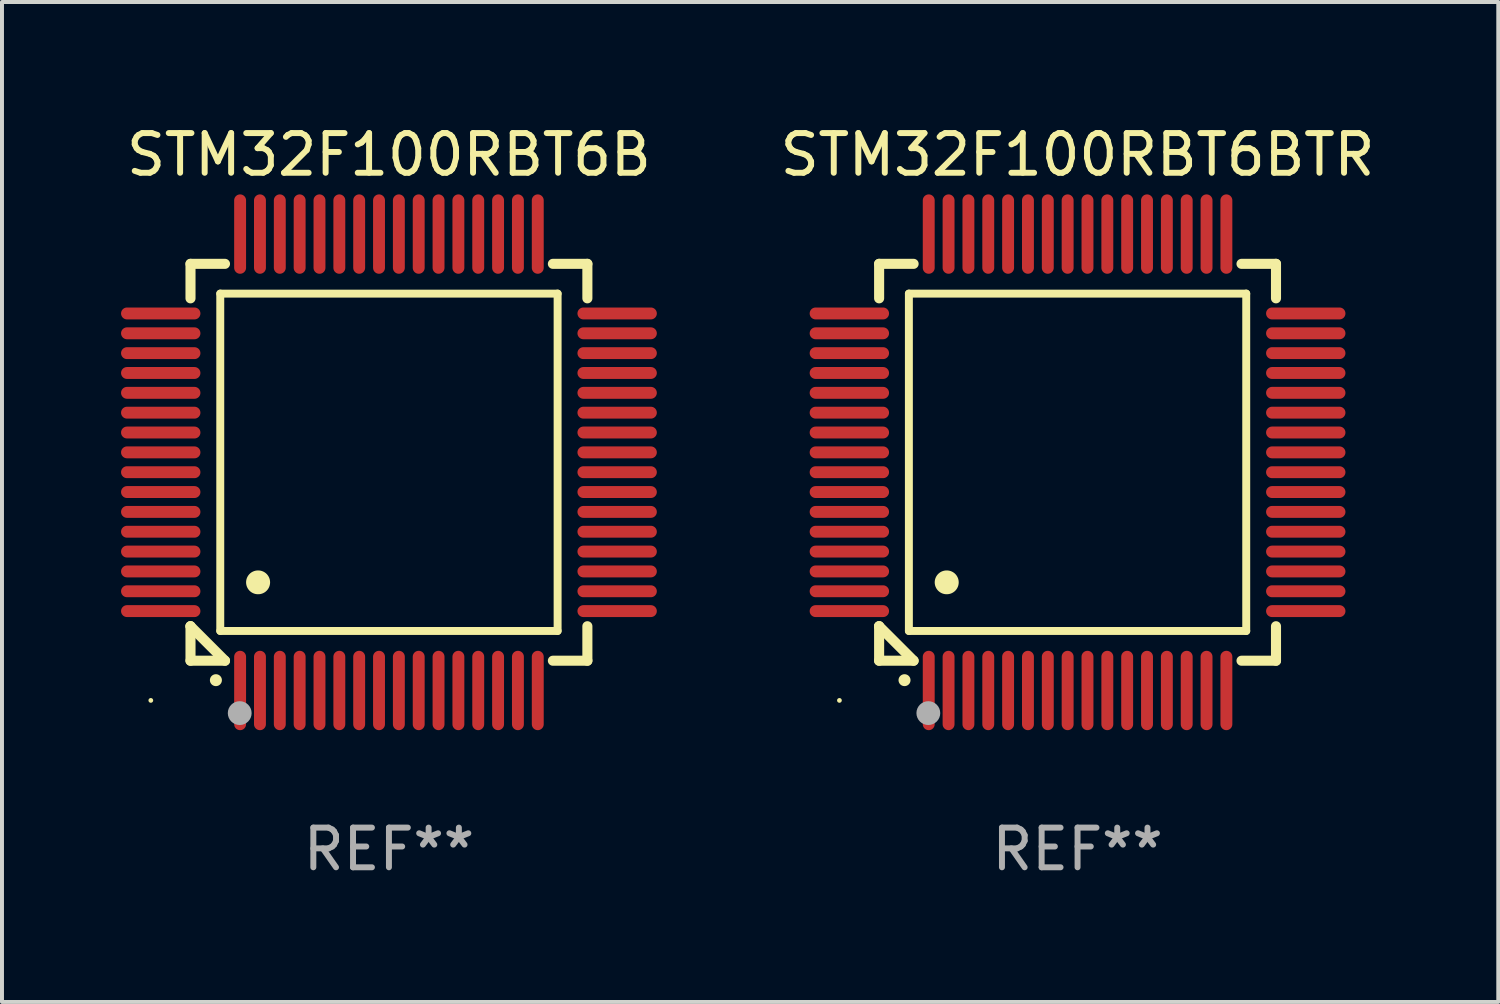
<source format=kicad_pcb>
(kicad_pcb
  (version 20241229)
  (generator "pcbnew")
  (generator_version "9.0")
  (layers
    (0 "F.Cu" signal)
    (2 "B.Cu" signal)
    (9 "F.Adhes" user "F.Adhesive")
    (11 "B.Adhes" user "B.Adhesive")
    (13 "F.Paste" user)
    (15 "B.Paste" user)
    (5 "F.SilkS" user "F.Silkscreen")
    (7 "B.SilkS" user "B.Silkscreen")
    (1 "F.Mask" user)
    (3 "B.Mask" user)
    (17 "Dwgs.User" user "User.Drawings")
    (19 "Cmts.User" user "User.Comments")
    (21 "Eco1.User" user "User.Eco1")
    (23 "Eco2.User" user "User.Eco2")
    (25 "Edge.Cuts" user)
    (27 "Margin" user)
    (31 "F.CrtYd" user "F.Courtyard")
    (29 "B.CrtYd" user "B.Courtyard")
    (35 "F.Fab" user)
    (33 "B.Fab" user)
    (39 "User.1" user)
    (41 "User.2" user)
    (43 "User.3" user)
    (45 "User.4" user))
  (footprint "STM32F100RBT6B"
    (layer "F.Cu")
    (at 6.75 8.598)
    (property "Reference" "STM32F100RBT6B" (at 0 -7.75 0) (layer "F.SilkS") (effects (font (size 1 1) (thickness 0.15))))
    (attr through_hole)
    (fp_line (start -5 -5) (end -4.131 -5) (stroke (width 0.254) (type solid)) (layer "F.SilkS"))
    (fp_line (start -5 -4.131) (end -5 -5) (stroke (width 0.254) (type solid)) (layer "F.SilkS"))
    (fp_line (start -5 4.131) (end -5 4.131) (stroke (width 0.254) (type solid)) (layer "F.SilkS"))
    (fp_line (start -5 5) (end -5 4.131) (stroke (width 0.254) (type solid)) (layer "F.SilkS"))
    (fp_line (start -5 4.131) (end -4.131 5) (stroke (width 0.254) (type solid)) (layer "F.SilkS"))
    (fp_line (start -4.25 -4.25) (end -4.25 4.25) (stroke (width 0.2) (type solid)) (layer "F.SilkS"))
    (fp_line (start -4.25 4.25) (end 4.25 4.25) (stroke (width 0.2) (type solid)) (layer "F.SilkS"))
    (fp_line (start -4.131 5) (end -5 5) (stroke (width 0.254) (type solid)) (layer "F.SilkS"))
    (fp_line (start 4.25 -4.25) (end -4.25 -4.25) (stroke (width 0.2) (type solid)) (layer "F.SilkS"))
    (fp_line (start 4.25 4.25) (end 4.25 -4.25) (stroke (width 0.2) (type solid)) (layer "F.SilkS"))
    (fp_line (start 5 -5) (end 4.131 -5) (stroke (width 0.254) (type solid)) (layer "F.SilkS"))
    (fp_line (start 5 -5) (end 5 -4.131) (stroke (width 0.254) (type solid)) (layer "F.SilkS"))
    (fp_line (start 5 4.131) (end 5 5) (stroke (width 0.254) (type solid)) (layer "F.SilkS"))
    (fp_line (start 5 5) (end 4.131 5) (stroke (width 0.254) (type solid)) (layer "F.SilkS"))
    (fp_arc (start -4.361265 5.489992) (mid -4.359995 5.489987) (end -4.358725 5.489992) (stroke (width 0.3) (type solid)) (layer "F.SilkS"))
    (fp_arc (start -3.299467 3.025146) (mid -3.296927 3.025135) (end -3.294387 3.025146) (stroke (width 0.6) (type solid)) (layer "F.SilkS"))
    (fp_circle (center -6 6) (end -5.97 6) (stroke (width 0.06) (type solid)) (fill no) (layer "F.SilkS"))
    (fp_circle (center -3.76 6.32) (end -3.61 6.32) (stroke (width 0.3) (type solid)) (fill no) (layer "F.Fab"))
    (fp_text user "REF**" (at 0 9.75 0) (layer "F.Fab") (effects (font (size 1 1) (thickness 0.15))))
    (pad "1" smd oval (at -3.75 5.75) (size 0.3 2) (layers "F.Cu" "F.Mask" "F.Paste"))
    (pad "2" smd oval (at -3.25 5.75) (size 0.3 2) (layers "F.Cu" "F.Mask" "F.Paste"))
    (pad "3" smd oval (at -2.75 5.75) (size 0.3 2) (layers "F.Cu" "F.Mask" "F.Paste"))
    (pad "4" smd oval (at -2.25 5.75) (size 0.3 2) (layers "F.Cu" "F.Mask" "F.Paste"))
    (pad "5" smd oval (at -1.75 5.75) (size 0.3 2) (layers "F.Cu" "F.Mask" "F.Paste"))
    (pad "6" smd oval (at -1.25 5.75) (size 0.3 2) (layers "F.Cu" "F.Mask" "F.Paste"))
    (pad "7" smd oval (at -0.75 5.75) (size 0.3 2) (layers "F.Cu" "F.Mask" "F.Paste"))
    (pad "8" smd oval (at -0.25 5.75) (size 0.3 2) (layers "F.Cu" "F.Mask" "F.Paste"))
    (pad "9" smd oval (at 0.25 5.75) (size 0.3 2) (layers "F.Cu" "F.Mask" "F.Paste"))
    (pad "10" smd oval (at 0.75 5.75) (size 0.3 2) (layers "F.Cu" "F.Mask" "F.Paste"))
    (pad "11" smd oval (at 1.25 5.75) (size 0.3 2) (layers "F.Cu" "F.Mask" "F.Paste"))
    (pad "12" smd oval (at 1.75 5.75) (size 0.3 2) (layers "F.Cu" "F.Mask" "F.Paste"))
    (pad "13" smd oval (at 2.25 5.75) (size 0.3 2) (layers "F.Cu" "F.Mask" "F.Paste"))
    (pad "14" smd oval (at 2.75 5.75) (size 0.3 2) (layers "F.Cu" "F.Mask" "F.Paste"))
    (pad "15" smd oval (at 3.25 5.75) (size 0.3 2) (layers "F.Cu" "F.Mask" "F.Paste"))
    (pad "16" smd oval (at 3.75 5.75) (size 0.3 2) (layers "F.Cu" "F.Mask" "F.Paste"))
    (pad "17" smd oval (at 5.75 3.75) (size 2 0.3) (layers "F.Cu" "F.Mask" "F.Paste"))
    (pad "18" smd oval (at 5.75 3.25) (size 2 0.3) (layers "F.Cu" "F.Mask" "F.Paste"))
    (pad "19" smd oval (at 5.75 2.75) (size 2 0.3) (layers "F.Cu" "F.Mask" "F.Paste"))
    (pad "20" smd oval (at 5.75 2.25) (size 2 0.3) (layers "F.Cu" "F.Mask" "F.Paste"))
    (pad "21" smd oval (at 5.75 1.75) (size 2 0.3) (layers "F.Cu" "F.Mask" "F.Paste"))
    (pad "22" smd oval (at 5.75 1.25) (size 2 0.3) (layers "F.Cu" "F.Mask" "F.Paste"))
    (pad "23" smd oval (at 5.75 0.75) (size 2 0.3) (layers "F.Cu" "F.Mask" "F.Paste"))
    (pad "24" smd oval (at 5.75 0.25) (size 2 0.3) (layers "F.Cu" "F.Mask" "F.Paste"))
    (pad "25" smd oval (at 5.75 -0.25) (size 2 0.3) (layers "F.Cu" "F.Mask" "F.Paste"))
    (pad "26" smd oval (at 5.75 -0.75) (size 2 0.3) (layers "F.Cu" "F.Mask" "F.Paste"))
    (pad "27" smd oval (at 5.75 -1.25) (size 2 0.3) (layers "F.Cu" "F.Mask" "F.Paste"))
    (pad "28" smd oval (at 5.75 -1.75) (size 2 0.3) (layers "F.Cu" "F.Mask" "F.Paste"))
    (pad "29" smd oval (at 5.75 -2.25) (size 2 0.3) (layers "F.Cu" "F.Mask" "F.Paste"))
    (pad "30" smd oval (at 5.75 -2.75) (size 2 0.3) (layers "F.Cu" "F.Mask" "F.Paste"))
    (pad "31" smd oval (at 5.75 -3.25) (size 2 0.3) (layers "F.Cu" "F.Mask" "F.Paste"))
    (pad "32" smd oval (at 5.75 -3.75) (size 2 0.3) (layers "F.Cu" "F.Mask" "F.Paste"))
    (pad "33" smd oval (at 3.75 -5.75) (size 0.3 2) (layers "F.Cu" "F.Mask" "F.Paste"))
    (pad "34" smd oval (at 3.25 -5.75) (size 0.3 2) (layers "F.Cu" "F.Mask" "F.Paste"))
    (pad "35" smd oval (at 2.75 -5.75) (size 0.3 2) (layers "F.Cu" "F.Mask" "F.Paste"))
    (pad "36" smd oval (at 2.25 -5.75) (size 0.3 2) (layers "F.Cu" "F.Mask" "F.Paste"))
    (pad "37" smd oval (at 1.75 -5.75) (size 0.3 2) (layers "F.Cu" "F.Mask" "F.Paste"))
    (pad "38" smd oval (at 1.25 -5.75) (size 0.3 2) (layers "F.Cu" "F.Mask" "F.Paste"))
    (pad "39" smd oval (at 0.75 -5.75) (size 0.3 2) (layers "F.Cu" "F.Mask" "F.Paste"))
    (pad "40" smd oval (at 0.25 -5.75) (size 0.3 2) (layers "F.Cu" "F.Mask" "F.Paste"))
    (pad "41" smd oval (at -0.25 -5.75) (size 0.3 2) (layers "F.Cu" "F.Mask" "F.Paste"))
    (pad "42" smd oval (at -0.75 -5.75) (size 0.3 2) (layers "F.Cu" "F.Mask" "F.Paste"))
    (pad "43" smd oval (at -1.25 -5.75) (size 0.3 2) (layers "F.Cu" "F.Mask" "F.Paste"))
    (pad "44" smd oval (at -1.75 -5.75) (size 0.3 2) (layers "F.Cu" "F.Mask" "F.Paste"))
    (pad "45" smd oval (at -2.25 -5.75) (size 0.3 2) (layers "F.Cu" "F.Mask" "F.Paste"))
    (pad "46" smd oval (at -2.75 -5.75) (size 0.3 2) (layers "F.Cu" "F.Mask" "F.Paste"))
    (pad "47" smd oval (at -3.25 -5.75) (size 0.3 2) (layers "F.Cu" "F.Mask" "F.Paste"))
    (pad "48" smd oval (at -3.75 -5.75) (size 0.3 2) (layers "F.Cu" "F.Mask" "F.Paste"))
    (pad "49" smd oval (at -5.75 -3.75) (size 2 0.3) (layers "F.Cu" "F.Mask" "F.Paste"))
    (pad "50" smd oval (at -5.75 -3.25) (size 2 0.3) (layers "F.Cu" "F.Mask" "F.Paste"))
    (pad "51" smd oval (at -5.75 -2.75) (size 2 0.3) (layers "F.Cu" "F.Mask" "F.Paste"))
    (pad "52" smd oval (at -5.75 -2.25) (size 2 0.3) (layers "F.Cu" "F.Mask" "F.Paste"))
    (pad "53" smd oval (at -5.75 -1.75) (size 2 0.3) (layers "F.Cu" "F.Mask" "F.Paste"))
    (pad "54" smd oval (at -5.75 -1.25) (size 2 0.3) (layers "F.Cu" "F.Mask" "F.Paste"))
    (pad "55" smd oval (at -5.75 -0.75) (size 2 0.3) (layers "F.Cu" "F.Mask" "F.Paste"))
    (pad "56" smd oval (at -5.75 -0.25) (size 2 0.3) (layers "F.Cu" "F.Mask" "F.Paste"))
    (pad "57" smd oval (at -5.75 0.25) (size 2 0.3) (layers "F.Cu" "F.Mask" "F.Paste"))
    (pad "58" smd oval (at -5.75 0.75) (size 2 0.3) (layers "F.Cu" "F.Mask" "F.Paste"))
    (pad "59" smd oval (at -5.75 1.25) (size 2 0.3) (layers "F.Cu" "F.Mask" "F.Paste"))
    (pad "60" smd oval (at -5.75 1.75) (size 2 0.3) (layers "F.Cu" "F.Mask" "F.Paste"))
    (pad "61" smd oval (at -5.75 2.25) (size 2 0.3) (layers "F.Cu" "F.Mask" "F.Paste"))
    (pad "62" smd oval (at -5.75 2.75) (size 2 0.3) (layers "F.Cu" "F.Mask" "F.Paste"))
    (pad "63" smd oval (at -5.75 3.25) (size 2 0.3) (layers "F.Cu" "F.Mask" "F.Paste"))
    (pad "64" smd oval (at -5.75 3.75) (size 2 0.3) (layers "F.Cu" "F.Mask" "F.Paste")))
  (footprint "STM32F100RBT6BTR"
    (layer "F.Cu")
    (at 24.101 8.598)
    (property "Reference" "STM32F100RBT6BTR" (at 0 -7.75 0) (layer "F.SilkS") (effects (font (size 1 1) (thickness 0.15))))
    (attr through_hole)
    (fp_line (start -5 -5) (end -4.131 -5) (stroke (width 0.254) (type solid)) (layer "F.SilkS"))
    (fp_line (start -5 -4.131) (end -5 -5) (stroke (width 0.254) (type solid)) (layer "F.SilkS"))
    (fp_line (start -5 4.131) (end -5 4.131) (stroke (width 0.254) (type solid)) (layer "F.SilkS"))
    (fp_line (start -5 5) (end -5 4.131) (stroke (width 0.254) (type solid)) (layer "F.SilkS"))
    (fp_line (start -5 4.131) (end -4.131 5) (stroke (width 0.254) (type solid)) (layer "F.SilkS"))
    (fp_line (start -4.25 -4.25) (end -4.25 4.25) (stroke (width 0.2) (type solid)) (layer "F.SilkS"))
    (fp_line (start -4.25 4.25) (end 4.25 4.25) (stroke (width 0.2) (type solid)) (layer "F.SilkS"))
    (fp_line (start -4.131 5) (end -5 5) (stroke (width 0.254) (type solid)) (layer "F.SilkS"))
    (fp_line (start 4.25 -4.25) (end -4.25 -4.25) (stroke (width 0.2) (type solid)) (layer "F.SilkS"))
    (fp_line (start 4.25 4.25) (end 4.25 -4.25) (stroke (width 0.2) (type solid)) (layer "F.SilkS"))
    (fp_line (start 5 -5) (end 4.131 -5) (stroke (width 0.254) (type solid)) (layer "F.SilkS"))
    (fp_line (start 5 -5) (end 5 -4.131) (stroke (width 0.254) (type solid)) (layer "F.SilkS"))
    (fp_line (start 5 4.131) (end 5 5) (stroke (width 0.254) (type solid)) (layer "F.SilkS"))
    (fp_line (start 5 5) (end 4.131 5) (stroke (width 0.254) (type solid)) (layer "F.SilkS"))
    (fp_arc (start -4.361265 5.489992) (mid -4.359995 5.489987) (end -4.358725 5.489992) (stroke (width 0.3) (type solid)) (layer "F.SilkS"))
    (fp_arc (start -3.299467 3.025146) (mid -3.296927 3.025135) (end -3.294387 3.025146) (stroke (width 0.6) (type solid)) (layer "F.SilkS"))
    (fp_circle (center -6 6) (end -5.97 6) (stroke (width 0.06) (type solid)) (fill no) (layer "F.SilkS"))
    (fp_circle (center -3.76 6.32) (end -3.61 6.32) (stroke (width 0.3) (type solid)) (fill no) (layer "F.Fab"))
    (fp_text user "REF**" (at 0 9.75 0) (layer "F.Fab") (effects (font (size 1 1) (thickness 0.15))))
    (pad "1" smd oval (at -3.75 5.75) (size 0.3 2) (layers "F.Cu" "F.Mask" "F.Paste"))
    (pad "2" smd oval (at -3.25 5.75) (size 0.3 2) (layers "F.Cu" "F.Mask" "F.Paste"))
    (pad "3" smd oval (at -2.75 5.75) (size 0.3 2) (layers "F.Cu" "F.Mask" "F.Paste"))
    (pad "4" smd oval (at -2.25 5.75) (size 0.3 2) (layers "F.Cu" "F.Mask" "F.Paste"))
    (pad "5" smd oval (at -1.75 5.75) (size 0.3 2) (layers "F.Cu" "F.Mask" "F.Paste"))
    (pad "6" smd oval (at -1.25 5.75) (size 0.3 2) (layers "F.Cu" "F.Mask" "F.Paste"))
    (pad "7" smd oval (at -0.75 5.75) (size 0.3 2) (layers "F.Cu" "F.Mask" "F.Paste"))
    (pad "8" smd oval (at -0.25 5.75) (size 0.3 2) (layers "F.Cu" "F.Mask" "F.Paste"))
    (pad "9" smd oval (at 0.25 5.75) (size 0.3 2) (layers "F.Cu" "F.Mask" "F.Paste"))
    (pad "10" smd oval (at 0.75 5.75) (size 0.3 2) (layers "F.Cu" "F.Mask" "F.Paste"))
    (pad "11" smd oval (at 1.25 5.75) (size 0.3 2) (layers "F.Cu" "F.Mask" "F.Paste"))
    (pad "12" smd oval (at 1.75 5.75) (size 0.3 2) (layers "F.Cu" "F.Mask" "F.Paste"))
    (pad "13" smd oval (at 2.25 5.75) (size 0.3 2) (layers "F.Cu" "F.Mask" "F.Paste"))
    (pad "14" smd oval (at 2.75 5.75) (size 0.3 2) (layers "F.Cu" "F.Mask" "F.Paste"))
    (pad "15" smd oval (at 3.25 5.75) (size 0.3 2) (layers "F.Cu" "F.Mask" "F.Paste"))
    (pad "16" smd oval (at 3.75 5.75) (size 0.3 2) (layers "F.Cu" "F.Mask" "F.Paste"))
    (pad "17" smd oval (at 5.75 3.75) (size 2 0.3) (layers "F.Cu" "F.Mask" "F.Paste"))
    (pad "18" smd oval (at 5.75 3.25) (size 2 0.3) (layers "F.Cu" "F.Mask" "F.Paste"))
    (pad "19" smd oval (at 5.75 2.75) (size 2 0.3) (layers "F.Cu" "F.Mask" "F.Paste"))
    (pad "20" smd oval (at 5.75 2.25) (size 2 0.3) (layers "F.Cu" "F.Mask" "F.Paste"))
    (pad "21" smd oval (at 5.75 1.75) (size 2 0.3) (layers "F.Cu" "F.Mask" "F.Paste"))
    (pad "22" smd oval (at 5.75 1.25) (size 2 0.3) (layers "F.Cu" "F.Mask" "F.Paste"))
    (pad "23" smd oval (at 5.75 0.75) (size 2 0.3) (layers "F.Cu" "F.Mask" "F.Paste"))
    (pad "24" smd oval (at 5.75 0.25) (size 2 0.3) (layers "F.Cu" "F.Mask" "F.Paste"))
    (pad "25" smd oval (at 5.75 -0.25) (size 2 0.3) (layers "F.Cu" "F.Mask" "F.Paste"))
    (pad "26" smd oval (at 5.75 -0.75) (size 2 0.3) (layers "F.Cu" "F.Mask" "F.Paste"))
    (pad "27" smd oval (at 5.75 -1.25) (size 2 0.3) (layers "F.Cu" "F.Mask" "F.Paste"))
    (pad "28" smd oval (at 5.75 -1.75) (size 2 0.3) (layers "F.Cu" "F.Mask" "F.Paste"))
    (pad "29" smd oval (at 5.75 -2.25) (size 2 0.3) (layers "F.Cu" "F.Mask" "F.Paste"))
    (pad "30" smd oval (at 5.75 -2.75) (size 2 0.3) (layers "F.Cu" "F.Mask" "F.Paste"))
    (pad "31" smd oval (at 5.75 -3.25) (size 2 0.3) (layers "F.Cu" "F.Mask" "F.Paste"))
    (pad "32" smd oval (at 5.75 -3.75) (size 2 0.3) (layers "F.Cu" "F.Mask" "F.Paste"))
    (pad "33" smd oval (at 3.75 -5.75) (size 0.3 2) (layers "F.Cu" "F.Mask" "F.Paste"))
    (pad "34" smd oval (at 3.25 -5.75) (size 0.3 2) (layers "F.Cu" "F.Mask" "F.Paste"))
    (pad "35" smd oval (at 2.75 -5.75) (size 0.3 2) (layers "F.Cu" "F.Mask" "F.Paste"))
    (pad "36" smd oval (at 2.25 -5.75) (size 0.3 2) (layers "F.Cu" "F.Mask" "F.Paste"))
    (pad "37" smd oval (at 1.75 -5.75) (size 0.3 2) (layers "F.Cu" "F.Mask" "F.Paste"))
    (pad "38" smd oval (at 1.25 -5.75) (size 0.3 2) (layers "F.Cu" "F.Mask" "F.Paste"))
    (pad "39" smd oval (at 0.75 -5.75) (size 0.3 2) (layers "F.Cu" "F.Mask" "F.Paste"))
    (pad "40" smd oval (at 0.25 -5.75) (size 0.3 2) (layers "F.Cu" "F.Mask" "F.Paste"))
    (pad "41" smd oval (at -0.25 -5.75) (size 0.3 2) (layers "F.Cu" "F.Mask" "F.Paste"))
    (pad "42" smd oval (at -0.75 -5.75) (size 0.3 2) (layers "F.Cu" "F.Mask" "F.Paste"))
    (pad "43" smd oval (at -1.25 -5.75) (size 0.3 2) (layers "F.Cu" "F.Mask" "F.Paste"))
    (pad "44" smd oval (at -1.75 -5.75) (size 0.3 2) (layers "F.Cu" "F.Mask" "F.Paste"))
    (pad "45" smd oval (at -2.25 -5.75) (size 0.3 2) (layers "F.Cu" "F.Mask" "F.Paste"))
    (pad "46" smd oval (at -2.75 -5.75) (size 0.3 2) (layers "F.Cu" "F.Mask" "F.Paste"))
    (pad "47" smd oval (at -3.25 -5.75) (size 0.3 2) (layers "F.Cu" "F.Mask" "F.Paste"))
    (pad "48" smd oval (at -3.75 -5.75) (size 0.3 2) (layers "F.Cu" "F.Mask" "F.Paste"))
    (pad "49" smd oval (at -5.75 -3.75) (size 2 0.3) (layers "F.Cu" "F.Mask" "F.Paste"))
    (pad "50" smd oval (at -5.75 -3.25) (size 2 0.3) (layers "F.Cu" "F.Mask" "F.Paste"))
    (pad "51" smd oval (at -5.75 -2.75) (size 2 0.3) (layers "F.Cu" "F.Mask" "F.Paste"))
    (pad "52" smd oval (at -5.75 -2.25) (size 2 0.3) (layers "F.Cu" "F.Mask" "F.Paste"))
    (pad "53" smd oval (at -5.75 -1.75) (size 2 0.3) (layers "F.Cu" "F.Mask" "F.Paste"))
    (pad "54" smd oval (at -5.75 -1.25) (size 2 0.3) (layers "F.Cu" "F.Mask" "F.Paste"))
    (pad "55" smd oval (at -5.75 -0.75) (size 2 0.3) (layers "F.Cu" "F.Mask" "F.Paste"))
    (pad "56" smd oval (at -5.75 -0.25) (size 2 0.3) (layers "F.Cu" "F.Mask" "F.Paste"))
    (pad "57" smd oval (at -5.75 0.25) (size 2 0.3) (layers "F.Cu" "F.Mask" "F.Paste"))
    (pad "58" smd oval (at -5.75 0.75) (size 2 0.3) (layers "F.Cu" "F.Mask" "F.Paste"))
    (pad "59" smd oval (at -5.75 1.25) (size 2 0.3) (layers "F.Cu" "F.Mask" "F.Paste"))
    (pad "60" smd oval (at -5.75 1.75) (size 2 0.3) (layers "F.Cu" "F.Mask" "F.Paste"))
    (pad "61" smd oval (at -5.75 2.25) (size 2 0.3) (layers "F.Cu" "F.Mask" "F.Paste"))
    (pad "62" smd oval (at -5.75 2.75) (size 2 0.3) (layers "F.Cu" "F.Mask" "F.Paste"))
    (pad "63" smd oval (at -5.75 3.25) (size 2 0.3) (layers "F.Cu" "F.Mask" "F.Paste"))
    (pad "64" smd oval (at -5.75 3.75) (size 2 0.3) (layers "F.Cu" "F.Mask" "F.Paste")))
  (gr_rect
    (start -3 -3)
    (end 34.702 22.196)
    (stroke (width 0.1) (type default))
    (fill no)
    (layer "Edge.Cuts")))
</source>
